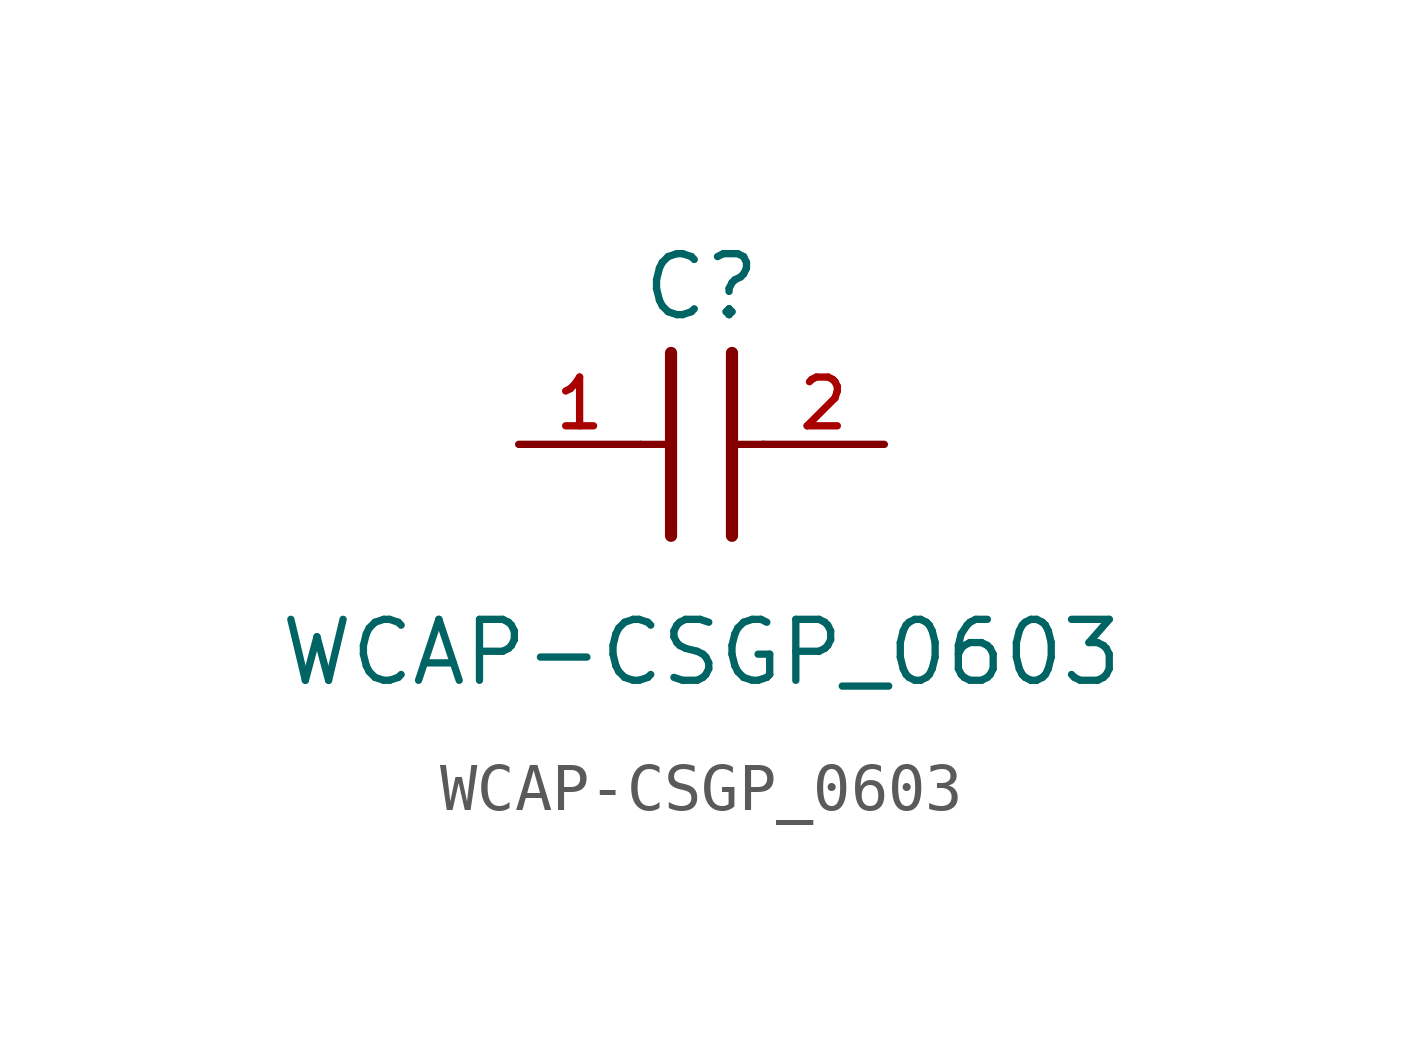
<source format=kicad_sym>
(kicad_symbol_lib
  (version 20211014)
  (generator kicad_symbol_editor)
  (symbol "WCAP-CSGP_0603"
    (pin_names
      (offset 1.016))
    (property "Reference" "C"
      (at 1.27 2.54 0)
      (effects (font (size 1.27 1.27)) (justify bottom)))
    (property "Value" "WCAP-CSGP_0603"
      (at 1.27 -5.08 0)
      (effects (font (size 1.27 1.27)) (justify bottom)))
    (symbol "WCAP-CSGP_0603_0_0"
      (polyline (pts (xy 1.905 1.905) (xy 1.905 -1.905)) (stroke (width 0.254)))
      (polyline (pts (xy 0.635 -1.905) (xy 0.635 1.905)) (stroke (width 0.254)))
      (polyline (pts (xy 0.0 0.0) (xy 0.643 0.0)) (stroke (width 0.152)))
      (polyline (pts (xy 1.928 0.0) (xy 2.57 0.0)) (stroke (width 0.152)))
      (pin passive line (at -2.54 0.0 0) (length 2.54) (name "~" (effects (font (size 1.016 1.016)))) (number "1" (effects (font (size 1.016 1.016)))))
      (pin passive line (at 5.08 0.0 180.0) (length 2.54) (name "~" (effects (font (size 1.016 1.016)))) (number "2" (effects (font (size 1.016 1.016))))))))
</source>
